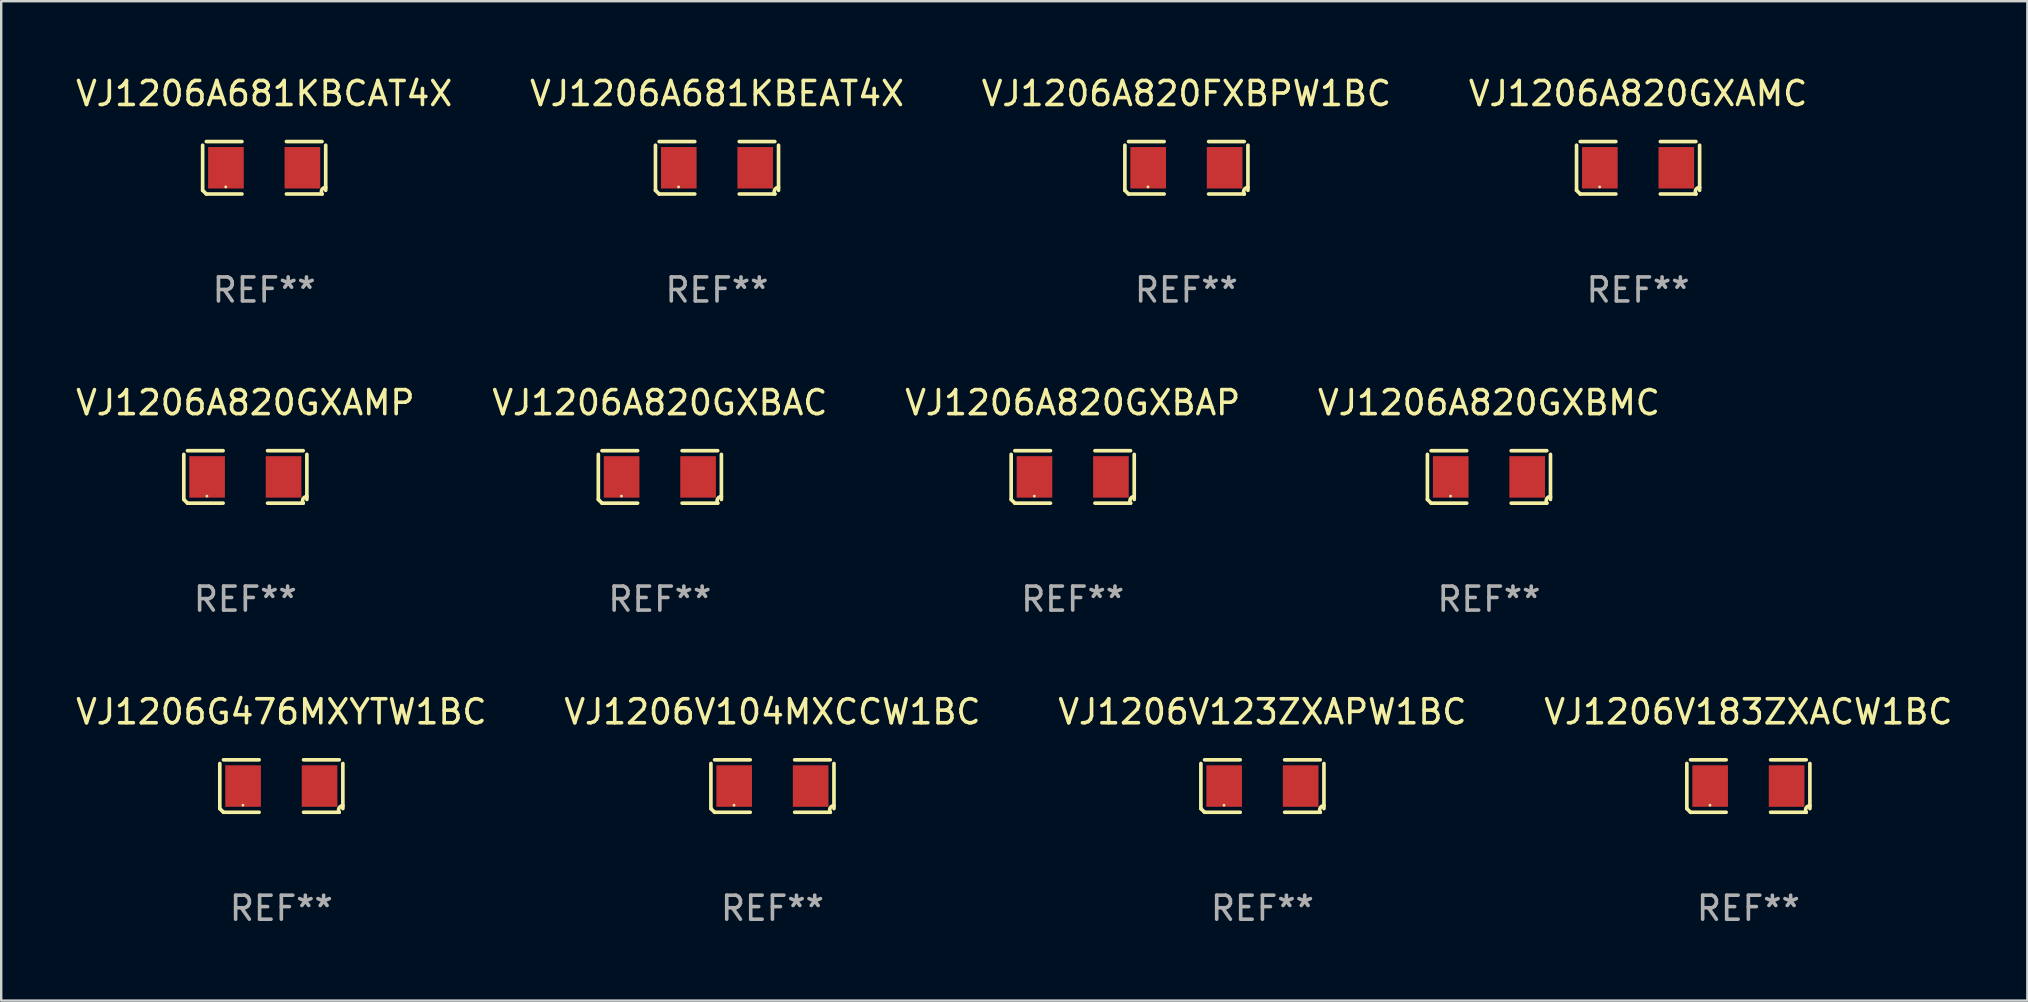
<source format=kicad_pcb>
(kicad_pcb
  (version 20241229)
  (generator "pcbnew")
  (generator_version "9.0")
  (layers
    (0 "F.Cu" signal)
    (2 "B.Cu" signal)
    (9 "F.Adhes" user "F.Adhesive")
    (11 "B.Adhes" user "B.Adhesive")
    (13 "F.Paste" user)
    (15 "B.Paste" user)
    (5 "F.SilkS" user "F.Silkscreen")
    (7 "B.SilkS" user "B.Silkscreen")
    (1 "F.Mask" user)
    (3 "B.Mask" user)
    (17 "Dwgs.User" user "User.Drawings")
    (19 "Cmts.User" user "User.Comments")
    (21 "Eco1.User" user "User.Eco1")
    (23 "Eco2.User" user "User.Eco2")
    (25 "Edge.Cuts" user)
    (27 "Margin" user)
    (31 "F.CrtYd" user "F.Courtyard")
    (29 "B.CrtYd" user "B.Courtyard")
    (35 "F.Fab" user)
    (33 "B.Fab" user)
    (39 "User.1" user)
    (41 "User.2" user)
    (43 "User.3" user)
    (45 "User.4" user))
  (footprint "VJ1206V183ZXACW1BC"
    (layer "F.Cu")
    (at 69.804 29.704)
    (property "Reference" "VJ1206V183ZXACW1BC" (at 0 -3.093 0) (layer "F.SilkS") (effects (font (size 1 1) (thickness 0.15))))
    (attr through_hole)
    (fp_line (start -2.564 0.94) (end -2.564 -0.94) (stroke (width 0.152) (type solid)) (layer "F.SilkS"))
    (fp_line (start -2.411 -1.093) (end -0.926 -1.093) (stroke (width 0.152) (type solid)) (layer "F.SilkS"))
    (fp_line (start -0.926 1.093) (end -2.411 1.093) (stroke (width 0.152) (type solid)) (layer "F.SilkS"))
    (fp_line (start 0.926 1.093) (end 2.411 1.093) (stroke (width 0.152) (type solid)) (layer "F.SilkS"))
    (fp_line (start 2.411 -1.093) (end 0.926 -1.093) (stroke (width 0.152) (type solid)) (layer "F.SilkS"))
    (fp_line (start 2.564 0.94) (end 2.564 -0.94) (stroke (width 0.152) (type solid)) (layer "F.SilkS"))
    (fp_arc (start -2.411201 1.092609) (mid -2.487413 1.01642) (end -2.563602 0.940208) (stroke (width 0.1524) (type solid)) (layer "F.SilkS"))
    (fp_arc (start 2.411201 1.092609) (mid 2.407159 0.911226) (end 2.563602 0.819347) (stroke (width 0.1524) (type solid)) (layer "F.SilkS"))
    (fp_circle (center -1.6 0.8) (end -1.57 0.8) (stroke (width 0.06) (type solid)) (fill no) (layer "F.SilkS"))
    (fp_text user "REF**" (at 0 5.093 0) (layer "F.Fab") (effects (font (size 1 1) (thickness 0.15))))
    (pad "1" smd rect (at -1.593 0) (size 1.485 1.728) (layers "F.Cu" "F.Mask" "F.Paste"))
    (pad "2" smd rect (at 1.593 0) (size 1.485 1.728) (layers "F.Cu" "F.Mask" "F.Paste")))
  (footprint "VJ1206A820FXBPW1BC"
    (layer "F.Cu")
    (at 46.387 3.941)
    (property "Reference" "VJ1206A820FXBPW1BC" (at 0 -3.093 0) (layer "F.SilkS") (effects (font (size 1 1) (thickness 0.15))))
    (attr through_hole)
    (fp_line (start -2.564 0.94) (end -2.564 -0.94) (stroke (width 0.152) (type solid)) (layer "F.SilkS"))
    (fp_line (start -2.411 -1.093) (end -0.926 -1.093) (stroke (width 0.152) (type solid)) (layer "F.SilkS"))
    (fp_line (start -0.926 1.093) (end -2.411 1.093) (stroke (width 0.152) (type solid)) (layer "F.SilkS"))
    (fp_line (start 0.926 1.093) (end 2.411 1.093) (stroke (width 0.152) (type solid)) (layer "F.SilkS"))
    (fp_line (start 2.411 -1.093) (end 0.926 -1.093) (stroke (width 0.152) (type solid)) (layer "F.SilkS"))
    (fp_line (start 2.564 0.94) (end 2.564 -0.94) (stroke (width 0.152) (type solid)) (layer "F.SilkS"))
    (fp_arc (start -2.411201 1.092609) (mid -2.487413 1.01642) (end -2.563602 0.940208) (stroke (width 0.1524) (type solid)) (layer "F.SilkS"))
    (fp_arc (start 2.411201 1.092609) (mid 2.407159 0.911226) (end 2.563602 0.819347) (stroke (width 0.1524) (type solid)) (layer "F.SilkS"))
    (fp_circle (center -1.6 0.8) (end -1.57 0.8) (stroke (width 0.06) (type solid)) (fill no) (layer "F.SilkS"))
    (fp_text user "REF**" (at 0 5.093 0) (layer "F.Fab") (effects (font (size 1 1) (thickness 0.15))))
    (pad "1" smd rect (at -1.593 0) (size 1.485 1.728) (layers "F.Cu" "F.Mask" "F.Paste"))
    (pad "2" smd rect (at 1.593 0) (size 1.485 1.728) (layers "F.Cu" "F.Mask" "F.Paste")))
  (footprint "VJ1206A681KBCAT4X"
    (layer "F.Cu")
    (at 7.958 3.941)
    (property "Reference" "VJ1206A681KBCAT4X" (at 0 -3.093 0) (layer "F.SilkS") (effects (font (size 1 1) (thickness 0.15))))
    (attr through_hole)
    (fp_line (start -2.564 0.94) (end -2.564 -0.94) (stroke (width 0.152) (type solid)) (layer "F.SilkS"))
    (fp_line (start -2.411 -1.093) (end -0.926 -1.093) (stroke (width 0.152) (type solid)) (layer "F.SilkS"))
    (fp_line (start -0.926 1.093) (end -2.411 1.093) (stroke (width 0.152) (type solid)) (layer "F.SilkS"))
    (fp_line (start 0.926 1.093) (end 2.411 1.093) (stroke (width 0.152) (type solid)) (layer "F.SilkS"))
    (fp_line (start 2.411 -1.093) (end 0.926 -1.093) (stroke (width 0.152) (type solid)) (layer "F.SilkS"))
    (fp_line (start 2.564 0.94) (end 2.564 -0.94) (stroke (width 0.152) (type solid)) (layer "F.SilkS"))
    (fp_arc (start -2.411201 1.092609) (mid -2.487413 1.01642) (end -2.563602 0.940208) (stroke (width 0.1524) (type solid)) (layer "F.SilkS"))
    (fp_arc (start 2.411201 1.092609) (mid 2.407159 0.911226) (end 2.563602 0.819347) (stroke (width 0.1524) (type solid)) (layer "F.SilkS"))
    (fp_circle (center -1.6 0.8) (end -1.57 0.8) (stroke (width 0.06) (type solid)) (fill no) (layer "F.SilkS"))
    (fp_text user "REF**" (at 0 5.093 0) (layer "F.Fab") (effects (font (size 1 1) (thickness 0.15))))
    (pad "1" smd rect (at -1.593 0) (size 1.485 1.728) (layers "F.Cu" "F.Mask" "F.Paste"))
    (pad "2" smd rect (at 1.593 0) (size 1.485 1.728) (layers "F.Cu" "F.Mask" "F.Paste")))
  (footprint "VJ1206A820GXBAP"
    (layer "F.Cu")
    (at 41.649 16.823)
    (property "Reference" "VJ1206A820GXBAP" (at 0 -3.093 0) (layer "F.SilkS") (effects (font (size 1 1) (thickness 0.15))))
    (attr through_hole)
    (fp_line (start -2.564 0.94) (end -2.564 -0.94) (stroke (width 0.152) (type solid)) (layer "F.SilkS"))
    (fp_line (start -2.411 -1.093) (end -0.926 -1.093) (stroke (width 0.152) (type solid)) (layer "F.SilkS"))
    (fp_line (start -0.926 1.093) (end -2.411 1.093) (stroke (width 0.152) (type solid)) (layer "F.SilkS"))
    (fp_line (start 0.926 1.093) (end 2.411 1.093) (stroke (width 0.152) (type solid)) (layer "F.SilkS"))
    (fp_line (start 2.411 -1.093) (end 0.926 -1.093) (stroke (width 0.152) (type solid)) (layer "F.SilkS"))
    (fp_line (start 2.564 0.94) (end 2.564 -0.94) (stroke (width 0.152) (type solid)) (layer "F.SilkS"))
    (fp_arc (start -2.411201 1.092609) (mid -2.487413 1.01642) (end -2.563602 0.940208) (stroke (width 0.1524) (type solid)) (layer "F.SilkS"))
    (fp_arc (start 2.411201 1.092609) (mid 2.407159 0.911226) (end 2.563602 0.819347) (stroke (width 0.1524) (type solid)) (layer "F.SilkS"))
    (fp_circle (center -1.6 0.8) (end -1.57 0.8) (stroke (width 0.06) (type solid)) (fill no) (layer "F.SilkS"))
    (fp_text user "REF**" (at 0 5.093 0) (layer "F.Fab") (effects (font (size 1 1) (thickness 0.15))))
    (pad "1" smd rect (at -1.593 0) (size 1.485 1.728) (layers "F.Cu" "F.Mask" "F.Paste"))
    (pad "2" smd rect (at 1.593 0) (size 1.485 1.728) (layers "F.Cu" "F.Mask" "F.Paste")))
  (footprint "VJ1206A820GXAMC"
    (layer "F.Cu")
    (at 65.208 3.941)
    (property "Reference" "VJ1206A820GXAMC" (at 0 -3.093 0) (layer "F.SilkS") (effects (font (size 1 1) (thickness 0.15))))
    (attr through_hole)
    (fp_line (start -2.564 0.94) (end -2.564 -0.94) (stroke (width 0.152) (type solid)) (layer "F.SilkS"))
    (fp_line (start -2.411 -1.093) (end -0.926 -1.093) (stroke (width 0.152) (type solid)) (layer "F.SilkS"))
    (fp_line (start -0.926 1.093) (end -2.411 1.093) (stroke (width 0.152) (type solid)) (layer "F.SilkS"))
    (fp_line (start 0.926 1.093) (end 2.411 1.093) (stroke (width 0.152) (type solid)) (layer "F.SilkS"))
    (fp_line (start 2.411 -1.093) (end 0.926 -1.093) (stroke (width 0.152) (type solid)) (layer "F.SilkS"))
    (fp_line (start 2.564 0.94) (end 2.564 -0.94) (stroke (width 0.152) (type solid)) (layer "F.SilkS"))
    (fp_arc (start -2.411201 1.092609) (mid -2.487413 1.01642) (end -2.563602 0.940208) (stroke (width 0.1524) (type solid)) (layer "F.SilkS"))
    (fp_arc (start 2.411201 1.092609) (mid 2.407159 0.911226) (end 2.563602 0.819347) (stroke (width 0.1524) (type solid)) (layer "F.SilkS"))
    (fp_circle (center -1.6 0.8) (end -1.57 0.8) (stroke (width 0.06) (type solid)) (fill no) (layer "F.SilkS"))
    (fp_text user "REF**" (at 0 5.093 0) (layer "F.Fab") (effects (font (size 1 1) (thickness 0.15))))
    (pad "1" smd rect (at -1.593 0) (size 1.485 1.728) (layers "F.Cu" "F.Mask" "F.Paste"))
    (pad "2" smd rect (at 1.593 0) (size 1.485 1.728) (layers "F.Cu" "F.Mask" "F.Paste")))
  (footprint "VJ1206A820GXAMP"
    (layer "F.Cu")
    (at 7.173 16.823)
    (property "Reference" "VJ1206A820GXAMP" (at 0 -3.093 0) (layer "F.SilkS") (effects (font (size 1 1) (thickness 0.15))))
    (attr through_hole)
    (fp_line (start -2.564 0.94) (end -2.564 -0.94) (stroke (width 0.152) (type solid)) (layer "F.SilkS"))
    (fp_line (start -2.411 -1.093) (end -0.926 -1.093) (stroke (width 0.152) (type solid)) (layer "F.SilkS"))
    (fp_line (start -0.926 1.093) (end -2.411 1.093) (stroke (width 0.152) (type solid)) (layer "F.SilkS"))
    (fp_line (start 0.926 1.093) (end 2.411 1.093) (stroke (width 0.152) (type solid)) (layer "F.SilkS"))
    (fp_line (start 2.411 -1.093) (end 0.926 -1.093) (stroke (width 0.152) (type solid)) (layer "F.SilkS"))
    (fp_line (start 2.564 0.94) (end 2.564 -0.94) (stroke (width 0.152) (type solid)) (layer "F.SilkS"))
    (fp_arc (start -2.411201 1.092609) (mid -2.487413 1.01642) (end -2.563602 0.940208) (stroke (width 0.1524) (type solid)) (layer "F.SilkS"))
    (fp_arc (start 2.411201 1.092609) (mid 2.407159 0.911226) (end 2.563602 0.819347) (stroke (width 0.1524) (type solid)) (layer "F.SilkS"))
    (fp_circle (center -1.6 0.8) (end -1.57 0.8) (stroke (width 0.06) (type solid)) (fill no) (layer "F.SilkS"))
    (fp_text user "REF**" (at 0 5.093 0) (layer "F.Fab") (effects (font (size 1 1) (thickness 0.15))))
    (pad "1" smd rect (at -1.593 0) (size 1.485 1.728) (layers "F.Cu" "F.Mask" "F.Paste"))
    (pad "2" smd rect (at 1.593 0) (size 1.485 1.728) (layers "F.Cu" "F.Mask" "F.Paste")))
  (footprint "VJ1206V104MXCCW1BC"
    (layer "F.Cu")
    (at 29.137 29.704)
    (property "Reference" "VJ1206V104MXCCW1BC" (at 0 -3.093 0) (layer "F.SilkS") (effects (font (size 1 1) (thickness 0.15))))
    (attr through_hole)
    (fp_line (start -2.564 0.94) (end -2.564 -0.94) (stroke (width 0.152) (type solid)) (layer "F.SilkS"))
    (fp_line (start -2.411 -1.093) (end -0.926 -1.093) (stroke (width 0.152) (type solid)) (layer "F.SilkS"))
    (fp_line (start -0.926 1.093) (end -2.411 1.093) (stroke (width 0.152) (type solid)) (layer "F.SilkS"))
    (fp_line (start 0.926 1.093) (end 2.411 1.093) (stroke (width 0.152) (type solid)) (layer "F.SilkS"))
    (fp_line (start 2.411 -1.093) (end 0.926 -1.093) (stroke (width 0.152) (type solid)) (layer "F.SilkS"))
    (fp_line (start 2.564 0.94) (end 2.564 -0.94) (stroke (width 0.152) (type solid)) (layer "F.SilkS"))
    (fp_arc (start -2.411201 1.092609) (mid -2.487413 1.01642) (end -2.563602 0.940208) (stroke (width 0.1524) (type solid)) (layer "F.SilkS"))
    (fp_arc (start 2.411201 1.092609) (mid 2.407159 0.911226) (end 2.563602 0.819347) (stroke (width 0.1524) (type solid)) (layer "F.SilkS"))
    (fp_circle (center -1.6 0.8) (end -1.57 0.8) (stroke (width 0.06) (type solid)) (fill no) (layer "F.SilkS"))
    (fp_text user "REF**" (at 0 5.093 0) (layer "F.Fab") (effects (font (size 1 1) (thickness 0.15))))
    (pad "1" smd rect (at -1.593 0) (size 1.485 1.728) (layers "F.Cu" "F.Mask" "F.Paste"))
    (pad "2" smd rect (at 1.593 0) (size 1.485 1.728) (layers "F.Cu" "F.Mask" "F.Paste")))
  (footprint "VJ1206G476MXYTW1BC"
    (layer "F.Cu")
    (at 8.673 29.704)
    (property "Reference" "VJ1206G476MXYTW1BC" (at 0 -3.093 0) (layer "F.SilkS") (effects (font (size 1 1) (thickness 0.15))))
    (attr through_hole)
    (fp_line (start -2.564 0.94) (end -2.564 -0.94) (stroke (width 0.152) (type solid)) (layer "F.SilkS"))
    (fp_line (start -2.411 -1.093) (end -0.926 -1.093) (stroke (width 0.152) (type solid)) (layer "F.SilkS"))
    (fp_line (start -0.926 1.093) (end -2.411 1.093) (stroke (width 0.152) (type solid)) (layer "F.SilkS"))
    (fp_line (start 0.926 1.093) (end 2.411 1.093) (stroke (width 0.152) (type solid)) (layer "F.SilkS"))
    (fp_line (start 2.411 -1.093) (end 0.926 -1.093) (stroke (width 0.152) (type solid)) (layer "F.SilkS"))
    (fp_line (start 2.564 0.94) (end 2.564 -0.94) (stroke (width 0.152) (type solid)) (layer "F.SilkS"))
    (fp_arc (start -2.411201 1.092609) (mid -2.487413 1.01642) (end -2.563602 0.940208) (stroke (width 0.1524) (type solid)) (layer "F.SilkS"))
    (fp_arc (start 2.411201 1.092609) (mid 2.407159 0.911226) (end 2.563602 0.819347) (stroke (width 0.1524) (type solid)) (layer "F.SilkS"))
    (fp_circle (center -1.6 0.8) (end -1.57 0.8) (stroke (width 0.06) (type solid)) (fill no) (layer "F.SilkS"))
    (fp_text user "REF**" (at 0 5.093 0) (layer "F.Fab") (effects (font (size 1 1) (thickness 0.15))))
    (pad "1" smd rect (at -1.593 0) (size 1.485 1.728) (layers "F.Cu" "F.Mask" "F.Paste"))
    (pad "2" smd rect (at 1.593 0) (size 1.485 1.728) (layers "F.Cu" "F.Mask" "F.Paste")))
  (footprint "VJ1206V123ZXAPW1BC"
    (layer "F.Cu")
    (at 49.554 29.704)
    (property "Reference" "VJ1206V123ZXAPW1BC" (at 0 -3.093 0) (layer "F.SilkS") (effects (font (size 1 1) (thickness 0.15))))
    (attr through_hole)
    (fp_line (start -2.564 0.94) (end -2.564 -0.94) (stroke (width 0.152) (type solid)) (layer "F.SilkS"))
    (fp_line (start -2.411 -1.093) (end -0.926 -1.093) (stroke (width 0.152) (type solid)) (layer "F.SilkS"))
    (fp_line (start -0.926 1.093) (end -2.411 1.093) (stroke (width 0.152) (type solid)) (layer "F.SilkS"))
    (fp_line (start 0.926 1.093) (end 2.411 1.093) (stroke (width 0.152) (type solid)) (layer "F.SilkS"))
    (fp_line (start 2.411 -1.093) (end 0.926 -1.093) (stroke (width 0.152) (type solid)) (layer "F.SilkS"))
    (fp_line (start 2.564 0.94) (end 2.564 -0.94) (stroke (width 0.152) (type solid)) (layer "F.SilkS"))
    (fp_arc (start -2.411201 1.092609) (mid -2.487413 1.01642) (end -2.563602 0.940208) (stroke (width 0.1524) (type solid)) (layer "F.SilkS"))
    (fp_arc (start 2.411201 1.092609) (mid 2.407159 0.911226) (end 2.563602 0.819347) (stroke (width 0.1524) (type solid)) (layer "F.SilkS"))
    (fp_circle (center -1.6 0.8) (end -1.57 0.8) (stroke (width 0.06) (type solid)) (fill no) (layer "F.SilkS"))
    (fp_text user "REF**" (at 0 5.093 0) (layer "F.Fab") (effects (font (size 1 1) (thickness 0.15))))
    (pad "1" smd rect (at -1.593 0) (size 1.485 1.728) (layers "F.Cu" "F.Mask" "F.Paste"))
    (pad "2" smd rect (at 1.593 0) (size 1.485 1.728) (layers "F.Cu" "F.Mask" "F.Paste")))
  (footprint "VJ1206A820GXBAC"
    (layer "F.Cu")
    (at 24.446 16.823)
    (property "Reference" "VJ1206A820GXBAC" (at 0 -3.093 0) (layer "F.SilkS") (effects (font (size 1 1) (thickness 0.15))))
    (attr through_hole)
    (fp_line (start -2.564 0.94) (end -2.564 -0.94) (stroke (width 0.152) (type solid)) (layer "F.SilkS"))
    (fp_line (start -2.411 -1.093) (end -0.926 -1.093) (stroke (width 0.152) (type solid)) (layer "F.SilkS"))
    (fp_line (start -0.926 1.093) (end -2.411 1.093) (stroke (width 0.152) (type solid)) (layer "F.SilkS"))
    (fp_line (start 0.926 1.093) (end 2.411 1.093) (stroke (width 0.152) (type solid)) (layer "F.SilkS"))
    (fp_line (start 2.411 -1.093) (end 0.926 -1.093) (stroke (width 0.152) (type solid)) (layer "F.SilkS"))
    (fp_line (start 2.564 0.94) (end 2.564 -0.94) (stroke (width 0.152) (type solid)) (layer "F.SilkS"))
    (fp_arc (start -2.411201 1.092609) (mid -2.487413 1.01642) (end -2.563602 0.940208) (stroke (width 0.1524) (type solid)) (layer "F.SilkS"))
    (fp_arc (start 2.411201 1.092609) (mid 2.407159 0.911226) (end 2.563602 0.819347) (stroke (width 0.1524) (type solid)) (layer "F.SilkS"))
    (fp_circle (center -1.6 0.8) (end -1.57 0.8) (stroke (width 0.06) (type solid)) (fill no) (layer "F.SilkS"))
    (fp_text user "REF**" (at 0 5.093 0) (layer "F.Fab") (effects (font (size 1 1) (thickness 0.15))))
    (pad "1" smd rect (at -1.593 0) (size 1.485 1.728) (layers "F.Cu" "F.Mask" "F.Paste"))
    (pad "2" smd rect (at 1.593 0) (size 1.485 1.728) (layers "F.Cu" "F.Mask" "F.Paste")))
  (footprint "VJ1206A681KBEAT4X"
    (layer "F.Cu")
    (at 26.827 3.941)
    (property "Reference" "VJ1206A681KBEAT4X" (at 0 -3.093 0) (layer "F.SilkS") (effects (font (size 1 1) (thickness 0.15))))
    (attr through_hole)
    (fp_line (start -2.564 0.94) (end -2.564 -0.94) (stroke (width 0.152) (type solid)) (layer "F.SilkS"))
    (fp_line (start -2.411 -1.093) (end -0.926 -1.093) (stroke (width 0.152) (type solid)) (layer "F.SilkS"))
    (fp_line (start -0.926 1.093) (end -2.411 1.093) (stroke (width 0.152) (type solid)) (layer "F.SilkS"))
    (fp_line (start 0.926 1.093) (end 2.411 1.093) (stroke (width 0.152) (type solid)) (layer "F.SilkS"))
    (fp_line (start 2.411 -1.093) (end 0.926 -1.093) (stroke (width 0.152) (type solid)) (layer "F.SilkS"))
    (fp_line (start 2.564 0.94) (end 2.564 -0.94) (stroke (width 0.152) (type solid)) (layer "F.SilkS"))
    (fp_arc (start -2.411201 1.092609) (mid -2.487413 1.01642) (end -2.563602 0.940208) (stroke (width 0.1524) (type solid)) (layer "F.SilkS"))
    (fp_arc (start 2.411201 1.092609) (mid 2.407159 0.911226) (end 2.563602 0.819347) (stroke (width 0.1524) (type solid)) (layer "F.SilkS"))
    (fp_circle (center -1.6 0.8) (end -1.57 0.8) (stroke (width 0.06) (type solid)) (fill no) (layer "F.SilkS"))
    (fp_text user "REF**" (at 0 5.093 0) (layer "F.Fab") (effects (font (size 1 1) (thickness 0.15))))
    (pad "1" smd rect (at -1.593 0) (size 1.485 1.728) (layers "F.Cu" "F.Mask" "F.Paste"))
    (pad "2" smd rect (at 1.593 0) (size 1.485 1.728) (layers "F.Cu" "F.Mask" "F.Paste")))
  (footprint "VJ1206A820GXBMC"
    (layer "F.Cu")
    (at 58.994 16.823)
    (property "Reference" "VJ1206A820GXBMC" (at 0 -3.093 0) (layer "F.SilkS") (effects (font (size 1 1) (thickness 0.15))))
    (attr through_hole)
    (fp_line (start -2.564 0.94) (end -2.564 -0.94) (stroke (width 0.152) (type solid)) (layer "F.SilkS"))
    (fp_line (start -2.411 -1.093) (end -0.926 -1.093) (stroke (width 0.152) (type solid)) (layer "F.SilkS"))
    (fp_line (start -0.926 1.093) (end -2.411 1.093) (stroke (width 0.152) (type solid)) (layer "F.SilkS"))
    (fp_line (start 0.926 1.093) (end 2.411 1.093) (stroke (width 0.152) (type solid)) (layer "F.SilkS"))
    (fp_line (start 2.411 -1.093) (end 0.926 -1.093) (stroke (width 0.152) (type solid)) (layer "F.SilkS"))
    (fp_line (start 2.564 0.94) (end 2.564 -0.94) (stroke (width 0.152) (type solid)) (layer "F.SilkS"))
    (fp_arc (start -2.411201 1.092609) (mid -2.487413 1.01642) (end -2.563602 0.940208) (stroke (width 0.1524) (type solid)) (layer "F.SilkS"))
    (fp_arc (start 2.411201 1.092609) (mid 2.407159 0.911226) (end 2.563602 0.819347) (stroke (width 0.1524) (type solid)) (layer "F.SilkS"))
    (fp_circle (center -1.6 0.8) (end -1.57 0.8) (stroke (width 0.06) (type solid)) (fill no) (layer "F.SilkS"))
    (fp_text user "REF**" (at 0 5.093 0) (layer "F.Fab") (effects (font (size 1 1) (thickness 0.15))))
    (pad "1" smd rect (at -1.593 0) (size 1.485 1.728) (layers "F.Cu" "F.Mask" "F.Paste"))
    (pad "2" smd rect (at 1.593 0) (size 1.485 1.728) (layers "F.Cu" "F.Mask" "F.Paste")))
  (gr_rect
    (start -3 -3)
    (end 81.429 38.645)
    (stroke (width 0.1) (type default))
    (fill no)
    (layer "Edge.Cuts")))
</source>
